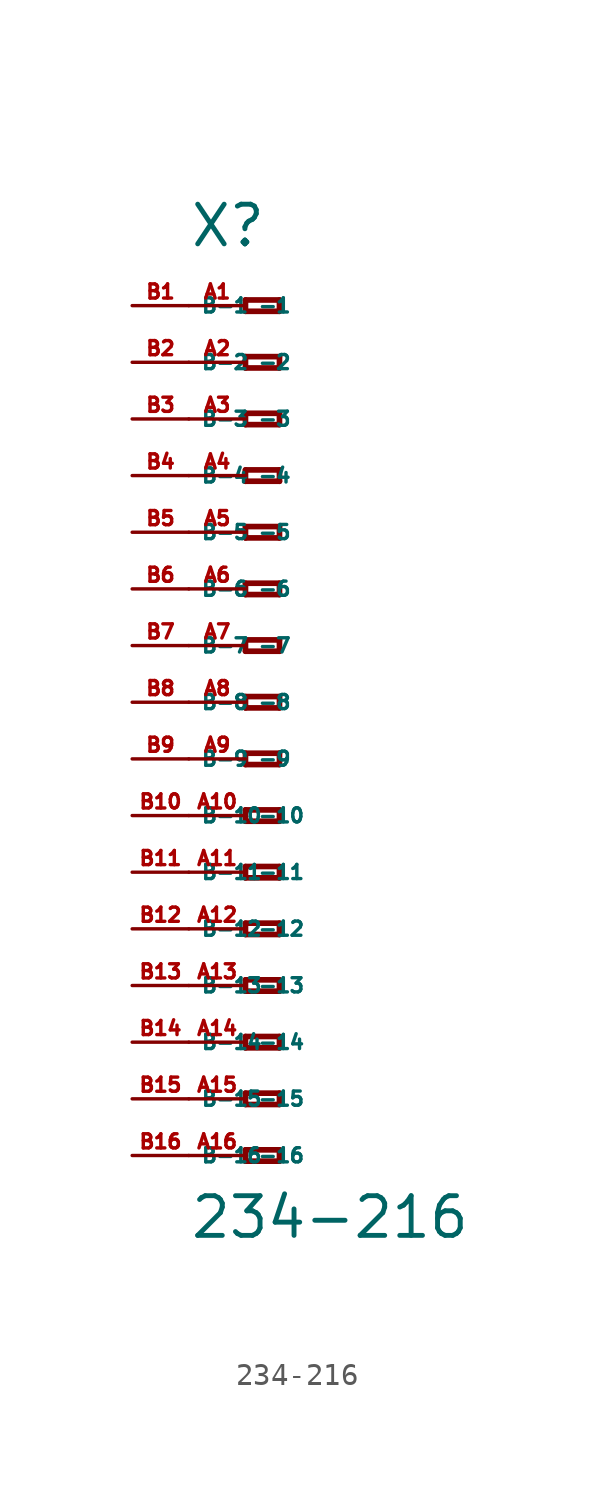
<source format=kicad_sym>
(kicad_symbol_lib
  (version 20220914)
  (generator Eagle2Kicad)
  (symbol "234-216"
    (property "Reference" "X"
      (at -5.08 20.32 0)
      (effects (font (size 1.778 1.778) (thickness 0.22)) (justify left bottom)))
    (property "Value" "234-216"
      (at -5.08 -24.13 0)
      (effects (font (size 1.778 1.778) (thickness 0.22)) (justify left bottom)))
    (polyline
      (pts (xy -2.54 18.034) (xy -2.54 17.526))
      (stroke (width 0.254) (type default))
      (fill (type none)))
    (polyline
      (pts (xy -2.54 17.526) (xy -1.016 17.526))
      (stroke (width 0.254) (type default))
      (fill (type none)))
    (polyline
      (pts (xy -1.016 17.526) (xy -1.016 18.034))
      (stroke (width 0.254) (type default))
      (fill (type none)))
    (polyline
      (pts (xy -1.016 18.034) (xy -2.54 18.034))
      (stroke (width 0.254) (type default))
      (fill (type none)))
    (polyline
      (pts (xy -2.54 15.494) (xy -2.54 14.986))
      (stroke (width 0.254) (type default))
      (fill (type none)))
    (polyline
      (pts (xy -2.54 14.986) (xy -1.016 14.986))
      (stroke (width 0.254) (type default))
      (fill (type none)))
    (polyline
      (pts (xy -1.016 14.986) (xy -1.016 15.494))
      (stroke (width 0.254) (type default))
      (fill (type none)))
    (polyline
      (pts (xy -1.016 15.494) (xy -2.54 15.494))
      (stroke (width 0.254) (type default))
      (fill (type none)))
    (polyline
      (pts (xy -2.54 12.954) (xy -2.54 12.446))
      (stroke (width 0.254) (type default))
      (fill (type none)))
    (polyline
      (pts (xy -2.54 12.446) (xy -1.016 12.446))
      (stroke (width 0.254) (type default))
      (fill (type none)))
    (polyline
      (pts (xy -1.016 12.446) (xy -1.016 12.954))
      (stroke (width 0.254) (type default))
      (fill (type none)))
    (polyline
      (pts (xy -1.016 12.954) (xy -2.54 12.954))
      (stroke (width 0.254) (type default))
      (fill (type none)))
    (polyline
      (pts (xy -2.54 10.414) (xy -2.54 9.906))
      (stroke (width 0.254) (type default))
      (fill (type none)))
    (polyline
      (pts (xy -2.54 9.906) (xy -1.016 9.906))
      (stroke (width 0.254) (type default))
      (fill (type none)))
    (polyline
      (pts (xy -1.016 9.906) (xy -1.016 10.414))
      (stroke (width 0.254) (type default))
      (fill (type none)))
    (polyline
      (pts (xy -1.016 10.414) (xy -2.54 10.414))
      (stroke (width 0.254) (type default))
      (fill (type none)))
    (polyline
      (pts (xy -2.54 7.874) (xy -2.54 7.366))
      (stroke (width 0.254) (type default))
      (fill (type none)))
    (polyline
      (pts (xy -2.54 7.366) (xy -1.016 7.366))
      (stroke (width 0.254) (type default))
      (fill (type none)))
    (polyline
      (pts (xy -1.016 7.366) (xy -1.016 7.874))
      (stroke (width 0.254) (type default))
      (fill (type none)))
    (polyline
      (pts (xy -1.016 7.874) (xy -2.54 7.874))
      (stroke (width 0.254) (type default))
      (fill (type none)))
    (polyline
      (pts (xy -2.54 5.334) (xy -2.54 4.826))
      (stroke (width 0.254) (type default))
      (fill (type none)))
    (polyline
      (pts (xy -2.54 4.826) (xy -1.016 4.826))
      (stroke (width 0.254) (type default))
      (fill (type none)))
    (polyline
      (pts (xy -1.016 4.826) (xy -1.016 5.334))
      (stroke (width 0.254) (type default))
      (fill (type none)))
    (polyline
      (pts (xy -1.016 5.334) (xy -2.54 5.334))
      (stroke (width 0.254) (type default))
      (fill (type none)))
    (polyline
      (pts (xy -2.54 2.794) (xy -2.54 2.286))
      (stroke (width 0.254) (type default))
      (fill (type none)))
    (polyline
      (pts (xy -2.54 2.286) (xy -1.016 2.286))
      (stroke (width 0.254) (type default))
      (fill (type none)))
    (polyline
      (pts (xy -1.016 2.286) (xy -1.016 2.794))
      (stroke (width 0.254) (type default))
      (fill (type none)))
    (polyline
      (pts (xy -1.016 2.794) (xy -2.54 2.794))
      (stroke (width 0.254) (type default))
      (fill (type none)))
    (polyline
      (pts (xy -2.54 0.254) (xy -2.54 -0.254))
      (stroke (width 0.254) (type default))
      (fill (type none)))
    (polyline
      (pts (xy -2.54 -0.254) (xy -1.016 -0.254))
      (stroke (width 0.254) (type default))
      (fill (type none)))
    (polyline
      (pts (xy -1.016 -0.254) (xy -1.016 0.254))
      (stroke (width 0.254) (type default))
      (fill (type none)))
    (polyline
      (pts (xy -1.016 0.254) (xy -2.54 0.254))
      (stroke (width 0.254) (type default))
      (fill (type none)))
    (polyline
      (pts (xy -2.54 -2.286) (xy -2.54 -2.794))
      (stroke (width 0.254) (type default))
      (fill (type none)))
    (polyline
      (pts (xy -2.54 -2.794) (xy -1.016 -2.794))
      (stroke (width 0.254) (type default))
      (fill (type none)))
    (polyline
      (pts (xy -1.016 -2.794) (xy -1.016 -2.286))
      (stroke (width 0.254) (type default))
      (fill (type none)))
    (polyline
      (pts (xy -1.016 -2.286) (xy -2.54 -2.286))
      (stroke (width 0.254) (type default))
      (fill (type none)))
    (polyline
      (pts (xy -2.54 -4.826) (xy -2.54 -5.334))
      (stroke (width 0.254) (type default))
      (fill (type none)))
    (polyline
      (pts (xy -2.54 -5.334) (xy -1.016 -5.334))
      (stroke (width 0.254) (type default))
      (fill (type none)))
    (polyline
      (pts (xy -1.016 -5.334) (xy -1.016 -4.826))
      (stroke (width 0.254) (type default))
      (fill (type none)))
    (polyline
      (pts (xy -1.016 -4.826) (xy -2.54 -4.826))
      (stroke (width 0.254) (type default))
      (fill (type none)))
    (polyline
      (pts (xy -2.54 -7.366) (xy -2.54 -7.874))
      (stroke (width 0.254) (type default))
      (fill (type none)))
    (polyline
      (pts (xy -2.54 -7.874) (xy -1.016 -7.874))
      (stroke (width 0.254) (type default))
      (fill (type none)))
    (polyline
      (pts (xy -1.016 -7.874) (xy -1.016 -7.366))
      (stroke (width 0.254) (type default))
      (fill (type none)))
    (polyline
      (pts (xy -1.016 -7.366) (xy -2.54 -7.366))
      (stroke (width 0.254) (type default))
      (fill (type none)))
    (polyline
      (pts (xy -2.54 -9.906) (xy -2.54 -10.414))
      (stroke (width 0.254) (type default))
      (fill (type none)))
    (polyline
      (pts (xy -2.54 -10.414) (xy -1.016 -10.414))
      (stroke (width 0.254) (type default))
      (fill (type none)))
    (polyline
      (pts (xy -1.016 -10.414) (xy -1.016 -9.906))
      (stroke (width 0.254) (type default))
      (fill (type none)))
    (polyline
      (pts (xy -1.016 -9.906) (xy -2.54 -9.906))
      (stroke (width 0.254) (type default))
      (fill (type none)))
    (polyline
      (pts (xy -2.54 -12.446) (xy -2.54 -12.954))
      (stroke (width 0.254) (type default))
      (fill (type none)))
    (polyline
      (pts (xy -2.54 -12.954) (xy -1.016 -12.954))
      (stroke (width 0.254) (type default))
      (fill (type none)))
    (polyline
      (pts (xy -1.016 -12.954) (xy -1.016 -12.446))
      (stroke (width 0.254) (type default))
      (fill (type none)))
    (polyline
      (pts (xy -1.016 -12.446) (xy -2.54 -12.446))
      (stroke (width 0.254) (type default))
      (fill (type none)))
    (polyline
      (pts (xy -2.54 -14.986) (xy -2.54 -15.494))
      (stroke (width 0.254) (type default))
      (fill (type none)))
    (polyline
      (pts (xy -2.54 -15.494) (xy -1.016 -15.494))
      (stroke (width 0.254) (type default))
      (fill (type none)))
    (polyline
      (pts (xy -1.016 -15.494) (xy -1.016 -14.986))
      (stroke (width 0.254) (type default))
      (fill (type none)))
    (polyline
      (pts (xy -1.016 -14.986) (xy -2.54 -14.986))
      (stroke (width 0.254) (type default))
      (fill (type none)))
    (polyline
      (pts (xy -2.54 -17.526) (xy -2.54 -18.034))
      (stroke (width 0.254) (type default))
      (fill (type none)))
    (polyline
      (pts (xy -2.54 -18.034) (xy -1.016 -18.034))
      (stroke (width 0.254) (type default))
      (fill (type none)))
    (polyline
      (pts (xy -1.016 -18.034) (xy -1.016 -17.526))
      (stroke (width 0.254) (type default))
      (fill (type none)))
    (polyline
      (pts (xy -1.016 -17.526) (xy -2.54 -17.526))
      (stroke (width 0.254) (type default))
      (fill (type none)))
    (polyline
      (pts (xy -2.54 -20.066) (xy -2.54 -20.574))
      (stroke (width 0.254) (type default))
      (fill (type none)))
    (polyline
      (pts (xy -2.54 -20.574) (xy -1.016 -20.574))
      (stroke (width 0.254) (type default))
      (fill (type none)))
    (polyline
      (pts (xy -1.016 -20.574) (xy -1.016 -20.066))
      (stroke (width 0.254) (type default))
      (fill (type none)))
    (polyline
      (pts (xy -1.016 -20.066) (xy -2.54 -20.066))
      (stroke (width 0.254) (type default))
      (fill (type none)))
    (pin passive line
      (at -5.08 17.78 0)
      (length 2.54)
      (name "-1" (effects (font (size 0.635 0.635) (thickness 0.08)) (justify left bottom)))
      (number "A1" (effects (font (size 0.635 0.635) (thickness 0.08)) (justify left bottom))))
    (pin passive line
      (at -5.08 15.24 0)
      (length 2.54)
      (name "-2" (effects (font (size 0.635 0.635) (thickness 0.08)) (justify left bottom)))
      (number "A2" (effects (font (size 0.635 0.635) (thickness 0.08)) (justify left bottom))))
    (pin passive line
      (at -5.08 12.7 0)
      (length 2.54)
      (name "-3" (effects (font (size 0.635 0.635) (thickness 0.08)) (justify left bottom)))
      (number "A3" (effects (font (size 0.635 0.635) (thickness 0.08)) (justify left bottom))))
    (pin passive line
      (at -5.08 10.16 0)
      (length 2.54)
      (name "-4" (effects (font (size 0.635 0.635) (thickness 0.08)) (justify left bottom)))
      (number "A4" (effects (font (size 0.635 0.635) (thickness 0.08)) (justify left bottom))))
    (pin passive line
      (at -5.08 7.62 0)
      (length 2.54)
      (name "-5" (effects (font (size 0.635 0.635) (thickness 0.08)) (justify left bottom)))
      (number "A5" (effects (font (size 0.635 0.635) (thickness 0.08)) (justify left bottom))))
    (pin passive line
      (at -5.08 5.08 0)
      (length 2.54)
      (name "-6" (effects (font (size 0.635 0.635) (thickness 0.08)) (justify left bottom)))
      (number "A6" (effects (font (size 0.635 0.635) (thickness 0.08)) (justify left bottom))))
    (pin passive line
      (at -5.08 2.54 0)
      (length 2.54)
      (name "-7" (effects (font (size 0.635 0.635) (thickness 0.08)) (justify left bottom)))
      (number "A7" (effects (font (size 0.635 0.635) (thickness 0.08)) (justify left bottom))))
    (pin passive line
      (at -5.08 0 0)
      (length 2.54)
      (name "-8" (effects (font (size 0.635 0.635) (thickness 0.08)) (justify left bottom)))
      (number "A8" (effects (font (size 0.635 0.635) (thickness 0.08)) (justify left bottom))))
    (pin passive line
      (at -5.08 -2.54 0)
      (length 2.54)
      (name "-9" (effects (font (size 0.635 0.635) (thickness 0.08)) (justify left bottom)))
      (number "A9" (effects (font (size 0.635 0.635) (thickness 0.08)) (justify left bottom))))
    (pin passive line
      (at -5.08 -5.08 0)
      (length 2.54)
      (name "-10" (effects (font (size 0.635 0.635) (thickness 0.08)) (justify left bottom)))
      (number "A10" (effects (font (size 0.635 0.635) (thickness 0.08)) (justify left bottom))))
    (pin passive line
      (at -5.08 -7.62 0)
      (length 2.54)
      (name "-11" (effects (font (size 0.635 0.635) (thickness 0.08)) (justify left bottom)))
      (number "A11" (effects (font (size 0.635 0.635) (thickness 0.08)) (justify left bottom))))
    (pin passive line
      (at -5.08 -10.16 0)
      (length 2.54)
      (name "-12" (effects (font (size 0.635 0.635) (thickness 0.08)) (justify left bottom)))
      (number "A12" (effects (font (size 0.635 0.635) (thickness 0.08)) (justify left bottom))))
    (pin passive line
      (at -5.08 -12.7 0)
      (length 2.54)
      (name "-13" (effects (font (size 0.635 0.635) (thickness 0.08)) (justify left bottom)))
      (number "A13" (effects (font (size 0.635 0.635) (thickness 0.08)) (justify left bottom))))
    (pin passive line
      (at -5.08 -15.24 0)
      (length 2.54)
      (name "-14" (effects (font (size 0.635 0.635) (thickness 0.08)) (justify left bottom)))
      (number "A14" (effects (font (size 0.635 0.635) (thickness 0.08)) (justify left bottom))))
    (pin passive line
      (at -5.08 -17.78 0)
      (length 2.54)
      (name "-15" (effects (font (size 0.635 0.635) (thickness 0.08)) (justify left bottom)))
      (number "A15" (effects (font (size 0.635 0.635) (thickness 0.08)) (justify left bottom))))
    (pin passive line
      (at -5.08 -20.32 0)
      (length 2.54)
      (name "-16" (effects (font (size 0.635 0.635) (thickness 0.08)) (justify left bottom)))
      (number "A16" (effects (font (size 0.635 0.635) (thickness 0.08)) (justify left bottom))))
    (pin passive line
      (at -7.62 -20.32 0)
      (length 2.54)
      (name "B-16" (effects (font (size 0.635 0.635) (thickness 0.08)) (justify left bottom)))
      (number "B16" (effects (font (size 0.635 0.635) (thickness 0.08)) (justify left bottom))))
    (pin passive line
      (at -7.62 17.78 0)
      (length 2.54)
      (name "B-1" (effects (font (size 0.635 0.635) (thickness 0.08)) (justify left bottom)))
      (number "B1" (effects (font (size 0.635 0.635) (thickness 0.08)) (justify left bottom))))
    (pin passive line
      (at -7.62 15.24 0)
      (length 2.54)
      (name "B-2" (effects (font (size 0.635 0.635) (thickness 0.08)) (justify left bottom)))
      (number "B2" (effects (font (size 0.635 0.635) (thickness 0.08)) (justify left bottom))))
    (pin passive line
      (at -7.62 12.7 0)
      (length 2.54)
      (name "B-3" (effects (font (size 0.635 0.635) (thickness 0.08)) (justify left bottom)))
      (number "B3" (effects (font (size 0.635 0.635) (thickness 0.08)) (justify left bottom))))
    (pin passive line
      (at -7.62 10.16 0)
      (length 2.54)
      (name "B-4" (effects (font (size 0.635 0.635) (thickness 0.08)) (justify left bottom)))
      (number "B4" (effects (font (size 0.635 0.635) (thickness 0.08)) (justify left bottom))))
    (pin passive line
      (at -7.62 7.62 0)
      (length 2.54)
      (name "B-5" (effects (font (size 0.635 0.635) (thickness 0.08)) (justify left bottom)))
      (number "B5" (effects (font (size 0.635 0.635) (thickness 0.08)) (justify left bottom))))
    (pin passive line
      (at -7.62 5.08 0)
      (length 2.54)
      (name "B-6" (effects (font (size 0.635 0.635) (thickness 0.08)) (justify left bottom)))
      (number "B6" (effects (font (size 0.635 0.635) (thickness 0.08)) (justify left bottom))))
    (pin passive line
      (at -7.62 2.54 0)
      (length 2.54)
      (name "B-7" (effects (font (size 0.635 0.635) (thickness 0.08)) (justify left bottom)))
      (number "B7" (effects (font (size 0.635 0.635) (thickness 0.08)) (justify left bottom))))
    (pin passive line
      (at -7.62 0 0)
      (length 2.54)
      (name "B-8" (effects (font (size 0.635 0.635) (thickness 0.08)) (justify left bottom)))
      (number "B8" (effects (font (size 0.635 0.635) (thickness 0.08)) (justify left bottom))))
    (pin passive line
      (at -7.62 -2.54 0)
      (length 2.54)
      (name "B-9" (effects (font (size 0.635 0.635) (thickness 0.08)) (justify left bottom)))
      (number "B9" (effects (font (size 0.635 0.635) (thickness 0.08)) (justify left bottom))))
    (pin passive line
      (at -7.62 -5.08 0)
      (length 2.54)
      (name "B-10" (effects (font (size 0.635 0.635) (thickness 0.08)) (justify left bottom)))
      (number "B10" (effects (font (size 0.635 0.635) (thickness 0.08)) (justify left bottom))))
    (pin passive line
      (at -7.62 -7.62 0)
      (length 2.54)
      (name "B-11" (effects (font (size 0.635 0.635) (thickness 0.08)) (justify left bottom)))
      (number "B11" (effects (font (size 0.635 0.635) (thickness 0.08)) (justify left bottom))))
    (pin passive line
      (at -7.62 -10.16 0)
      (length 2.54)
      (name "B-12" (effects (font (size 0.635 0.635) (thickness 0.08)) (justify left bottom)))
      (number "B12" (effects (font (size 0.635 0.635) (thickness 0.08)) (justify left bottom))))
    (pin passive line
      (at -7.62 -12.7 0)
      (length 2.54)
      (name "B-13" (effects (font (size 0.635 0.635) (thickness 0.08)) (justify left bottom)))
      (number "B13" (effects (font (size 0.635 0.635) (thickness 0.08)) (justify left bottom))))
    (pin passive line
      (at -7.62 -15.24 0)
      (length 2.54)
      (name "B-14" (effects (font (size 0.635 0.635) (thickness 0.08)) (justify left bottom)))
      (number "B14" (effects (font (size 0.635 0.635) (thickness 0.08)) (justify left bottom))))
    (pin passive line
      (at -7.62 -17.78 0)
      (length 2.54)
      (name "B-15" (effects (font (size 0.635 0.635) (thickness 0.08)) (justify left bottom)))
      (number "B15" (effects (font (size 0.635 0.635) (thickness 0.08)) (justify left bottom))))))
</source>
